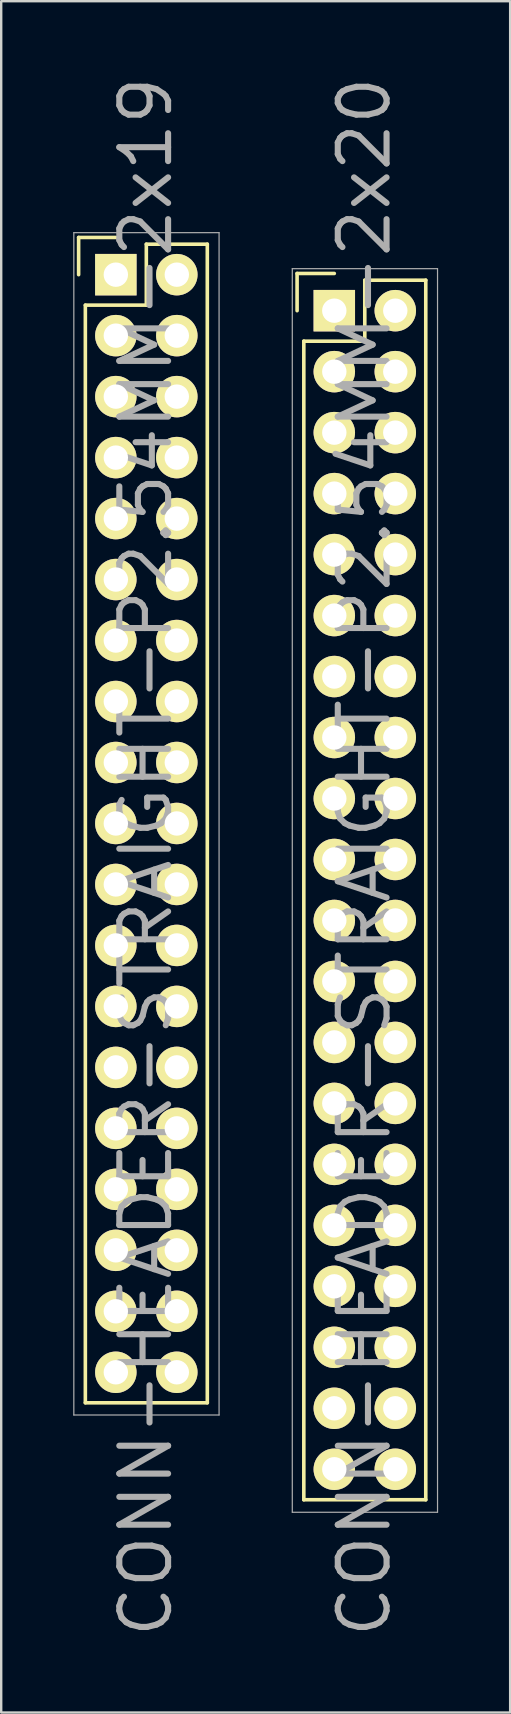
<source format=kicad_pcb>
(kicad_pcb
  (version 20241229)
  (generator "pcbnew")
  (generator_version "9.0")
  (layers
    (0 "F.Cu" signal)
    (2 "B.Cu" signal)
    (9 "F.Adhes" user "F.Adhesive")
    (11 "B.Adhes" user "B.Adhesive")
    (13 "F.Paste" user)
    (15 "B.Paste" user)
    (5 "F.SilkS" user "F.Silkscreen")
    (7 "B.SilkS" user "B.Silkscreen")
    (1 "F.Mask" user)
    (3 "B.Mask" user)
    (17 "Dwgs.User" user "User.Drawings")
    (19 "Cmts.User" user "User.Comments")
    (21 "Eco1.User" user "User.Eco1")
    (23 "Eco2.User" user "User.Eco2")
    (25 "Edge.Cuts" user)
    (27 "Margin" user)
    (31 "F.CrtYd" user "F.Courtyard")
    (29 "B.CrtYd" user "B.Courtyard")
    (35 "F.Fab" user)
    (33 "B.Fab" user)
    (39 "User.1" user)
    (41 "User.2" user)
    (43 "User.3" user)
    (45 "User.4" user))
  (footprint "CONN-HEADER-STRAIGHT-P2.54MM-2x19"
    (layer "F.Cu")
    (at 1.775 8.391)
    (property "Reference" "CONN-HEADER-STRAIGHT-P2.54MM-2x19" (at 1.25 24.25 90) (layer "F.Fab") (effects (font (size 2.032 2.032) (thickness 0.254))))
    (attr smd)
    (fp_line (start -1.55 -1.55) (end -1.55 0) (stroke (width 0.15) (type solid)) (layer "F.SilkS"))
    (fp_line (start -1.27 46.99) (end -1.27 1.27) (stroke (width 0.15) (type solid)) (layer "F.SilkS"))
    (fp_line (start 0 -1.55) (end -1.55 -1.55) (stroke (width 0.15) (type solid)) (layer "F.SilkS"))
    (fp_line (start 1.27 -1.27) (end 1.27 1.27) (stroke (width 0.15) (type solid)) (layer "F.SilkS"))
    (fp_line (start 1.27 1.27) (end -1.27 1.27) (stroke (width 0.15) (type solid)) (layer "F.SilkS"))
    (fp_line (start 3.81 -1.27) (end 1.27 -1.27) (stroke (width 0.15) (type solid)) (layer "F.SilkS"))
    (fp_line (start 3.81 -1.27) (end 3.81 46.99) (stroke (width 0.15) (type solid)) (layer "F.SilkS"))
    (fp_line (start 3.81 46.99) (end -1.27 46.99) (stroke (width 0.15) (type solid)) (layer "F.SilkS"))
    (fp_line (start -1.75 -1.75) (end -1.75 47.5) (stroke (width 0.05) (type solid)) (layer "F.Fab"))
    (fp_line (start -1.75 -1.75) (end 4.3 -1.75) (stroke (width 0.05) (type solid)) (layer "F.Fab"))
    (fp_line (start -1.75 47.5) (end 4.3 47.5) (stroke (width 0.05) (type solid)) (layer "F.Fab"))
    (fp_line (start 4.3 -1.75) (end 4.3 47.5) (stroke (width 0.05) (type solid)) (layer "F.Fab"))
    (pad "1" thru_hole rect (at 0 0) (size 1.727 1.727) (drill 1.016) (layers "*.Cu" "*.Mask" "F.SilkS"))
    (pad "2" thru_hole oval (at 2.54 0) (size 1.727 1.727) (drill 1.016) (layers "*.Cu" "*.Mask" "F.SilkS"))
    (pad "3" thru_hole oval (at 0 2.54) (size 1.727 1.727) (drill 1.016) (layers "*.Cu" "*.Mask" "F.SilkS"))
    (pad "4" thru_hole oval (at 2.54 2.54) (size 1.727 1.727) (drill 1.016) (layers "*.Cu" "*.Mask" "F.SilkS"))
    (pad "5" thru_hole oval (at 0 5.08) (size 1.727 1.727) (drill 1.016) (layers "*.Cu" "*.Mask" "F.SilkS"))
    (pad "6" thru_hole oval (at 2.54 5.08) (size 1.727 1.727) (drill 1.016) (layers "*.Cu" "*.Mask" "F.SilkS"))
    (pad "7" thru_hole oval (at 0 7.62) (size 1.727 1.727) (drill 1.016) (layers "*.Cu" "*.Mask" "F.SilkS"))
    (pad "8" thru_hole oval (at 2.54 7.62) (size 1.727 1.727) (drill 1.016) (layers "*.Cu" "*.Mask" "F.SilkS"))
    (pad "9" thru_hole oval (at 0 10.16) (size 1.727 1.727) (drill 1.016) (layers "*.Cu" "*.Mask" "F.SilkS"))
    (pad "10" thru_hole oval (at 2.54 10.16) (size 1.727 1.727) (drill 1.016) (layers "*.Cu" "*.Mask" "F.SilkS"))
    (pad "11" thru_hole oval (at 0 12.7) (size 1.727 1.727) (drill 1.016) (layers "*.Cu" "*.Mask" "F.SilkS"))
    (pad "12" thru_hole oval (at 2.54 12.7) (size 1.727 1.727) (drill 1.016) (layers "*.Cu" "*.Mask" "F.SilkS"))
    (pad "13" thru_hole oval (at 0 15.24) (size 1.727 1.727) (drill 1.016) (layers "*.Cu" "*.Mask" "F.SilkS"))
    (pad "14" thru_hole oval (at 2.54 15.24) (size 1.727 1.727) (drill 1.016) (layers "*.Cu" "*.Mask" "F.SilkS"))
    (pad "15" thru_hole oval (at 0 17.78) (size 1.727 1.727) (drill 1.016) (layers "*.Cu" "*.Mask" "F.SilkS"))
    (pad "16" thru_hole oval (at 2.54 17.78) (size 1.727 1.727) (drill 1.016) (layers "*.Cu" "*.Mask" "F.SilkS"))
    (pad "17" thru_hole oval (at 0 20.32) (size 1.727 1.727) (drill 1.016) (layers "*.Cu" "*.Mask" "F.SilkS"))
    (pad "18" thru_hole oval (at 2.54 20.32) (size 1.727 1.727) (drill 1.016) (layers "*.Cu" "*.Mask" "F.SilkS"))
    (pad "19" thru_hole oval (at 0 22.86) (size 1.727 1.727) (drill 1.016) (layers "*.Cu" "*.Mask" "F.SilkS"))
    (pad "20" thru_hole oval (at 2.54 22.86) (size 1.727 1.727) (drill 1.016) (layers "*.Cu" "*.Mask" "F.SilkS"))
    (pad "21" thru_hole oval (at 0 25.4) (size 1.727 1.727) (drill 1.016) (layers "*.Cu" "*.Mask" "F.SilkS"))
    (pad "22" thru_hole oval (at 2.54 25.4) (size 1.727 1.727) (drill 1.016) (layers "*.Cu" "*.Mask" "F.SilkS"))
    (pad "23" thru_hole oval (at 0 27.94) (size 1.727 1.727) (drill 1.016) (layers "*.Cu" "*.Mask" "F.SilkS"))
    (pad "24" thru_hole oval (at 2.54 27.94) (size 1.727 1.727) (drill 1.016) (layers "*.Cu" "*.Mask" "F.SilkS"))
    (pad "25" thru_hole oval (at 0 30.48) (size 1.727 1.727) (drill 1.016) (layers "*.Cu" "*.Mask" "F.SilkS"))
    (pad "26" thru_hole oval (at 2.54 30.48) (size 1.727 1.727) (drill 1.016) (layers "*.Cu" "*.Mask" "F.SilkS"))
    (pad "27" thru_hole oval (at 0 33.02) (size 1.727 1.727) (drill 1.016) (layers "*.Cu" "*.Mask" "F.SilkS"))
    (pad "28" thru_hole oval (at 2.54 33.02) (size 1.727 1.727) (drill 1.016) (layers "*.Cu" "*.Mask" "F.SilkS"))
    (pad "29" thru_hole oval (at 0 35.56) (size 1.727 1.727) (drill 1.016) (layers "*.Cu" "*.Mask" "F.SilkS"))
    (pad "30" thru_hole oval (at 2.54 35.56) (size 1.727 1.727) (drill 1.016) (layers "*.Cu" "*.Mask" "F.SilkS"))
    (pad "31" thru_hole oval (at 0 38.1) (size 1.727 1.727) (drill 1.016) (layers "*.Cu" "*.Mask" "F.SilkS"))
    (pad "32" thru_hole oval (at 2.54 38.1) (size 1.727 1.727) (drill 1.016) (layers "*.Cu" "*.Mask" "F.SilkS"))
    (pad "33" thru_hole oval (at 0 40.64) (size 1.727 1.727) (drill 1.016) (layers "*.Cu" "*.Mask" "F.SilkS"))
    (pad "34" thru_hole oval (at 2.54 40.64) (size 1.727 1.727) (drill 1.016) (layers "*.Cu" "*.Mask" "F.SilkS"))
    (pad "35" thru_hole oval (at 0 43.18) (size 1.727 1.727) (drill 1.016) (layers "*.Cu" "*.Mask" "F.SilkS"))
    (pad "36" thru_hole oval (at 2.54 43.18) (size 1.727 1.727) (drill 1.016) (layers "*.Cu" "*.Mask" "F.SilkS"))
    (pad "37" thru_hole oval (at 0 45.72) (size 1.727 1.727) (drill 1.016) (layers "*.Cu" "*.Mask" "F.SilkS"))
    (pad "38" thru_hole oval (at 2.54 45.72) (size 1.727 1.727) (drill 1.016) (layers "*.Cu" "*.Mask" "F.SilkS")))
  (footprint "CONN-HEADER-STRAIGHT-P2.54MM-2x20"
    (layer "F.Cu")
    (at 10.875 9.891)
    (property "Reference" "CONN-HEADER-STRAIGHT-P2.54MM-2x20" (at 1.25 22.75 90) (layer "F.Fab") (effects (font (size 2.032 2.032) (thickness 0.254))))
    (attr smd)
    (fp_line (start -1.55 -1.55) (end -1.55 0) (stroke (width 0.15) (type solid)) (layer "F.SilkS"))
    (fp_line (start -1.27 1.27) (end -1.27 49.53) (stroke (width 0.15) (type solid)) (layer "F.SilkS"))
    (fp_line (start 0 -1.55) (end -1.55 -1.55) (stroke (width 0.15) (type solid)) (layer "F.SilkS"))
    (fp_line (start 1.27 -1.27) (end 1.27 1.27) (stroke (width 0.15) (type solid)) (layer "F.SilkS"))
    (fp_line (start 1.27 1.27) (end -1.27 1.27) (stroke (width 0.15) (type solid)) (layer "F.SilkS"))
    (fp_line (start 3.81 -1.27) (end 1.27 -1.27) (stroke (width 0.15) (type solid)) (layer "F.SilkS"))
    (fp_line (start 3.81 49.53) (end -1.27 49.53) (stroke (width 0.15) (type solid)) (layer "F.SilkS"))
    (fp_line (start 3.81 49.53) (end 3.81 -1.27) (stroke (width 0.15) (type solid)) (layer "F.SilkS"))
    (fp_line (start -1.75 -1.75) (end -1.75 50.05) (stroke (width 0.05) (type solid)) (layer "F.Fab"))
    (fp_line (start -1.75 -1.75) (end 4.3 -1.75) (stroke (width 0.05) (type solid)) (layer "F.Fab"))
    (fp_line (start -1.75 50.05) (end 4.3 50.05) (stroke (width 0.05) (type solid)) (layer "F.Fab"))
    (fp_line (start 4.3 -1.75) (end 4.3 50.05) (stroke (width 0.05) (type solid)) (layer "F.Fab"))
    (pad "1" thru_hole rect (at 0 0) (size 1.727 1.727) (drill 1.016) (layers "*.Cu" "*.Mask" "F.SilkS"))
    (pad "2" thru_hole oval (at 2.54 0) (size 1.727 1.727) (drill 1.016) (layers "*.Cu" "*.Mask" "F.SilkS"))
    (pad "3" thru_hole oval (at 0 2.54) (size 1.727 1.727) (drill 1.016) (layers "*.Cu" "*.Mask" "F.SilkS"))
    (pad "4" thru_hole oval (at 2.54 2.54) (size 1.727 1.727) (drill 1.016) (layers "*.Cu" "*.Mask" "F.SilkS"))
    (pad "5" thru_hole oval (at 0 5.08) (size 1.727 1.727) (drill 1.016) (layers "*.Cu" "*.Mask" "F.SilkS"))
    (pad "6" thru_hole oval (at 2.54 5.08) (size 1.727 1.727) (drill 1.016) (layers "*.Cu" "*.Mask" "F.SilkS"))
    (pad "7" thru_hole oval (at 0 7.62) (size 1.727 1.727) (drill 1.016) (layers "*.Cu" "*.Mask" "F.SilkS"))
    (pad "8" thru_hole oval (at 2.54 7.62) (size 1.727 1.727) (drill 1.016) (layers "*.Cu" "*.Mask" "F.SilkS"))
    (pad "9" thru_hole oval (at 0 10.16) (size 1.727 1.727) (drill 1.016) (layers "*.Cu" "*.Mask" "F.SilkS"))
    (pad "10" thru_hole oval (at 2.54 10.16) (size 1.727 1.727) (drill 1.016) (layers "*.Cu" "*.Mask" "F.SilkS"))
    (pad "11" thru_hole oval (at 0 12.7) (size 1.727 1.727) (drill 1.016) (layers "*.Cu" "*.Mask" "F.SilkS"))
    (pad "12" thru_hole oval (at 2.54 12.7) (size 1.727 1.727) (drill 1.016) (layers "*.Cu" "*.Mask" "F.SilkS"))
    (pad "13" thru_hole oval (at 0 15.24) (size 1.727 1.727) (drill 1.016) (layers "*.Cu" "*.Mask" "F.SilkS"))
    (pad "14" thru_hole oval (at 2.54 15.24) (size 1.727 1.727) (drill 1.016) (layers "*.Cu" "*.Mask" "F.SilkS"))
    (pad "15" thru_hole oval (at 0 17.78) (size 1.727 1.727) (drill 1.016) (layers "*.Cu" "*.Mask" "F.SilkS"))
    (pad "16" thru_hole oval (at 2.54 17.78) (size 1.727 1.727) (drill 1.016) (layers "*.Cu" "*.Mask" "F.SilkS"))
    (pad "17" thru_hole oval (at 0 20.32) (size 1.727 1.727) (drill 1.016) (layers "*.Cu" "*.Mask" "F.SilkS"))
    (pad "18" thru_hole oval (at 2.54 20.32) (size 1.727 1.727) (drill 1.016) (layers "*.Cu" "*.Mask" "F.SilkS"))
    (pad "19" thru_hole oval (at 0 22.86) (size 1.727 1.727) (drill 1.016) (layers "*.Cu" "*.Mask" "F.SilkS"))
    (pad "20" thru_hole oval (at 2.54 22.86) (size 1.727 1.727) (drill 1.016) (layers "*.Cu" "*.Mask" "F.SilkS"))
    (pad "21" thru_hole oval (at 0 25.4) (size 1.727 1.727) (drill 1.016) (layers "*.Cu" "*.Mask" "F.SilkS"))
    (pad "22" thru_hole oval (at 2.54 25.4) (size 1.727 1.727) (drill 1.016) (layers "*.Cu" "*.Mask" "F.SilkS"))
    (pad "23" thru_hole oval (at 0 27.94) (size 1.727 1.727) (drill 1.016) (layers "*.Cu" "*.Mask" "F.SilkS"))
    (pad "24" thru_hole oval (at 2.54 27.94) (size 1.727 1.727) (drill 1.016) (layers "*.Cu" "*.Mask" "F.SilkS"))
    (pad "25" thru_hole oval (at 0 30.48) (size 1.727 1.727) (drill 1.016) (layers "*.Cu" "*.Mask" "F.SilkS"))
    (pad "26" thru_hole oval (at 2.54 30.48) (size 1.727 1.727) (drill 1.016) (layers "*.Cu" "*.Mask" "F.SilkS"))
    (pad "27" thru_hole oval (at 0 33.02) (size 1.727 1.727) (drill 1.016) (layers "*.Cu" "*.Mask" "F.SilkS"))
    (pad "28" thru_hole oval (at 2.54 33.02) (size 1.727 1.727) (drill 1.016) (layers "*.Cu" "*.Mask" "F.SilkS"))
    (pad "29" thru_hole oval (at 0 35.56) (size 1.727 1.727) (drill 1.016) (layers "*.Cu" "*.Mask" "F.SilkS"))
    (pad "30" thru_hole oval (at 2.54 35.56) (size 1.727 1.727) (drill 1.016) (layers "*.Cu" "*.Mask" "F.SilkS"))
    (pad "31" thru_hole oval (at 0 38.1) (size 1.727 1.727) (drill 1.016) (layers "*.Cu" "*.Mask" "F.SilkS"))
    (pad "32" thru_hole oval (at 2.54 38.1) (size 1.727 1.727) (drill 1.016) (layers "*.Cu" "*.Mask" "F.SilkS"))
    (pad "33" thru_hole oval (at 0 40.64) (size 1.727 1.727) (drill 1.016) (layers "*.Cu" "*.Mask" "F.SilkS"))
    (pad "34" thru_hole oval (at 2.54 40.64) (size 1.727 1.727) (drill 1.016) (layers "*.Cu" "*.Mask" "F.SilkS"))
    (pad "35" thru_hole oval (at 0 43.18) (size 1.727 1.727) (drill 1.016) (layers "*.Cu" "*.Mask" "F.SilkS"))
    (pad "36" thru_hole oval (at 2.54 43.18) (size 1.727 1.727) (drill 1.016) (layers "*.Cu" "*.Mask" "F.SilkS"))
    (pad "37" thru_hole oval (at 0 45.72) (size 1.727 1.727) (drill 1.016) (layers "*.Cu" "*.Mask" "F.SilkS"))
    (pad "38" thru_hole oval (at 2.54 45.72) (size 1.727 1.727) (drill 1.016) (layers "*.Cu" "*.Mask" "F.SilkS"))
    (pad "39" thru_hole oval (at 0 48.26) (size 1.727 1.727) (drill 1.016) (layers "*.Cu" "*.Mask" "F.SilkS"))
    (pad "40" thru_hole oval (at 2.54 48.26) (size 1.727 1.727) (drill 1.016) (layers "*.Cu" "*.Mask" "F.SilkS")))
  (gr_rect
    (start -3 -3)
    (end 18.2 68.283)
    (stroke (width 0.1) (type default))
    (fill no)
    (layer "Edge.Cuts")))
</source>
